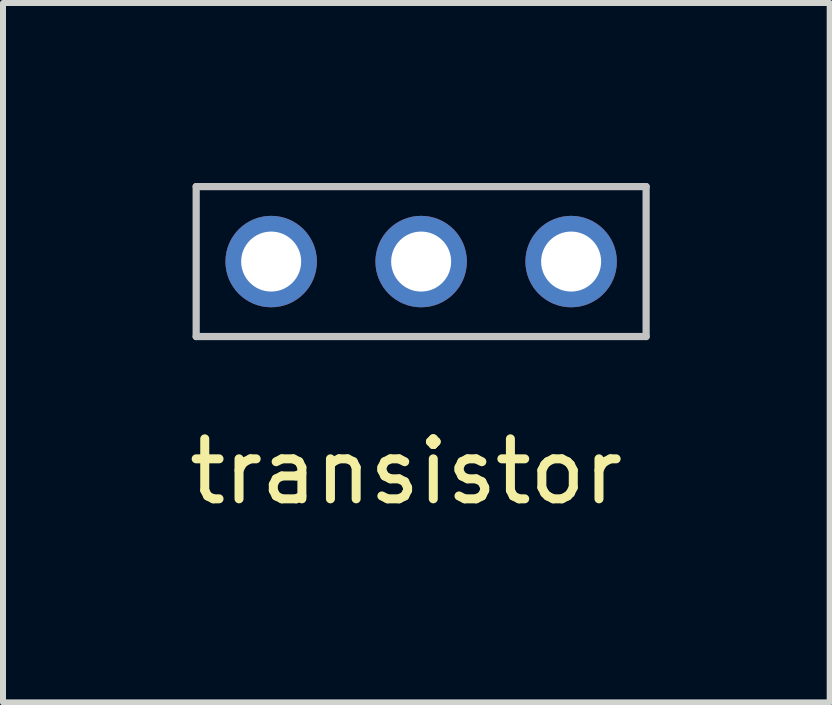
<source format=kicad_pcb>
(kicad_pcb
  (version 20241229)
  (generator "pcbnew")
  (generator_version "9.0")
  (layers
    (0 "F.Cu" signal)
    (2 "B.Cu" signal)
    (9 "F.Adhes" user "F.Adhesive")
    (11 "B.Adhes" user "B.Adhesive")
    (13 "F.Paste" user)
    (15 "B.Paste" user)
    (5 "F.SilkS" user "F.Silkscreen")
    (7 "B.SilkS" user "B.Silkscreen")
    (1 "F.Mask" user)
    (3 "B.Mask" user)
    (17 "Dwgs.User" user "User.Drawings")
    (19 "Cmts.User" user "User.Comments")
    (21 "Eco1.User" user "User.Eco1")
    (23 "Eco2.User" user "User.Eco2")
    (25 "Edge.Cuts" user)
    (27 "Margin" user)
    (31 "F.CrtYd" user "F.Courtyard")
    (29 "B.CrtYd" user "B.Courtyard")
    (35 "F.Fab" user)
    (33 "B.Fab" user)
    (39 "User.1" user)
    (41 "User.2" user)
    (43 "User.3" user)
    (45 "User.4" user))
  (footprint "transistor"
    (layer "F.Cu")
    (at 3.72 4.31)
    (property "Reference" "transistor" (at 0 0.5 0) (layer "F.SilkS") (effects (font (size 1 1) (thickness 0.15))))
    (attr through_hole)
    (fp_line (start -3.5 -4.25) (end -3.5 -1.75) (stroke (width 0.12) (type solid)) (layer "Dwgs.User"))
    (fp_line (start -3.5 -1.75) (end 4 -1.75) (stroke (width 0.12) (type solid)) (layer "Dwgs.User"))
    (fp_line (start 4 -4.25) (end -3.5 -4.25) (stroke (width 0.12) (type solid)) (layer "Dwgs.User"))
    (fp_line (start 4 -1.75) (end 4 -4.25) (stroke (width 0.12) (type solid)) (layer "Dwgs.User"))
    (pad "1" thru_hole circle (at -2.25 -3) (size 1.524 1.524) (drill 1) (layers "*.Cu" "*.Mask"))
    (pad "2" thru_hole circle (at 0.25 -3) (size 1.524 1.524) (drill 1) (layers "*.Cu" "*.Mask"))
    (pad "3" thru_hole circle (at 2.75 -3) (size 1.524 1.524) (drill 1) (layers "*.Cu" "*.Mask")))
  (gr_rect
    (start -3 -3)
    (end 10.78 8.658)
    (stroke (width 0.1) (type default))
    (fill no)
    (layer "Edge.Cuts")))
</source>
